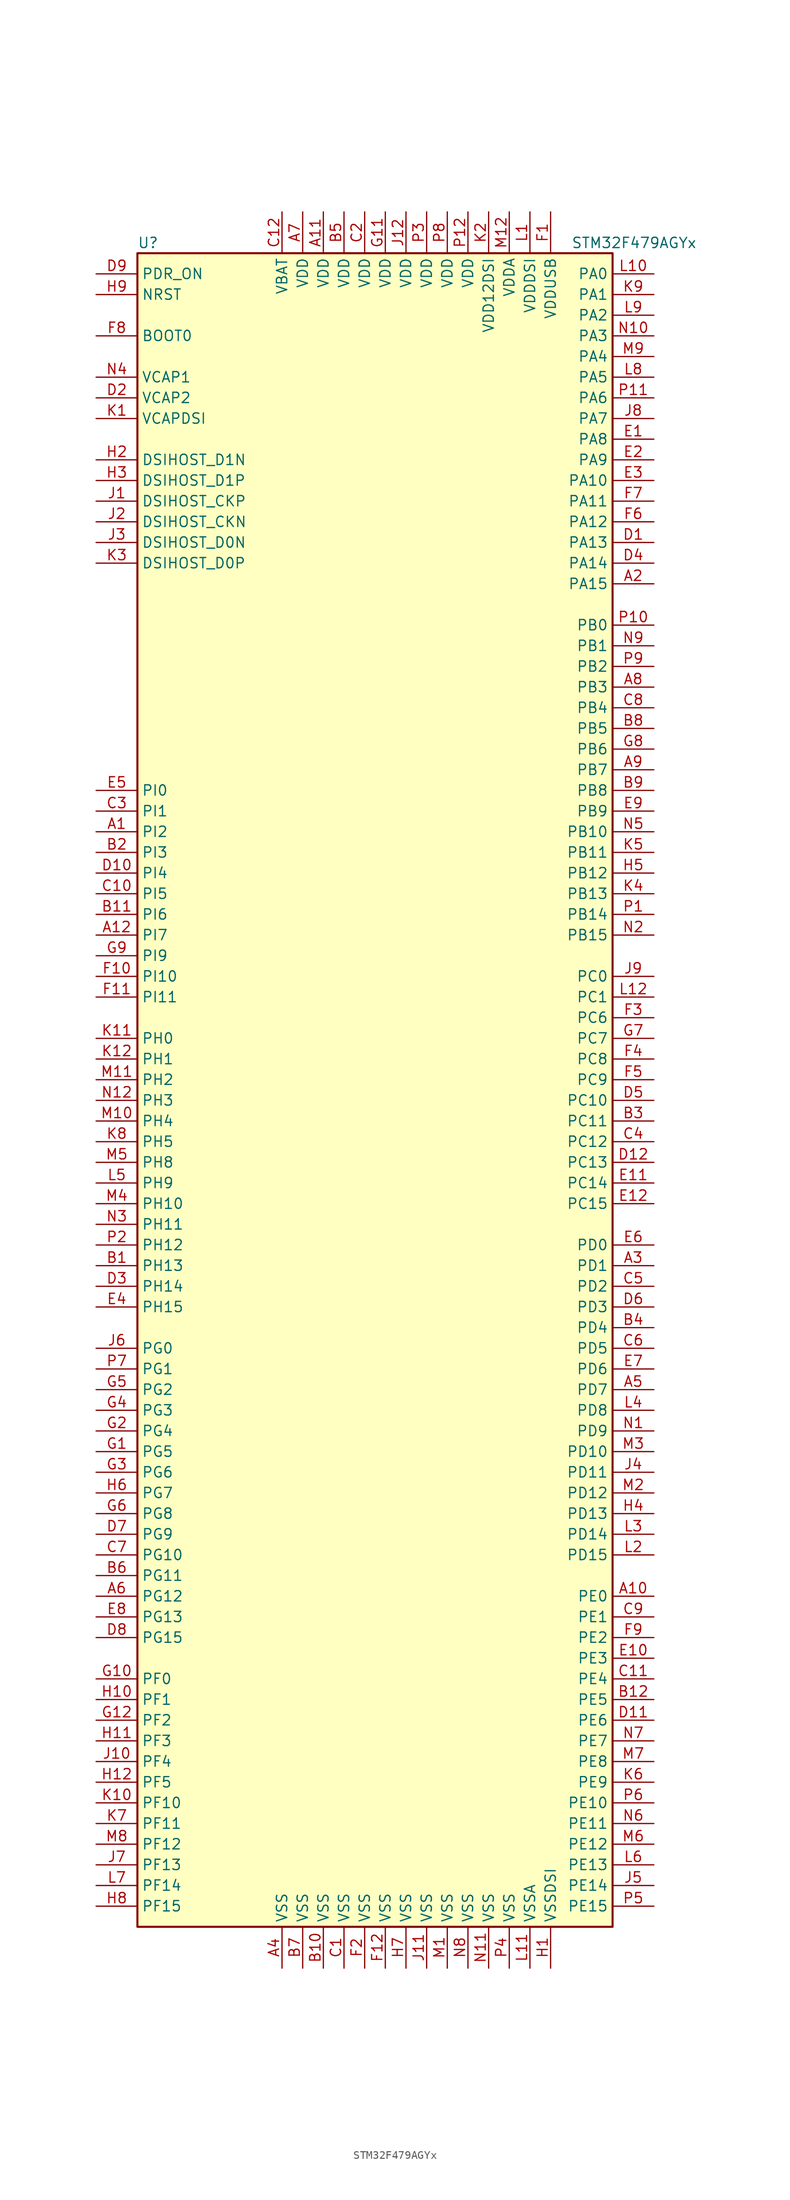
<source format=kicad_sym>
(kicad_symbol_lib
  (version 20211014)
  (generator kicad_symbol_editor)
  (symbol "STM32F479AGYx"
    (property "Reference" "U"
      (at -30.48 102.87 0)
      (effects (font (size 1.27 1.27)) (justify left)))
    (property "Value" "STM32F479AGYx"
      (at 22.86 102.87 0)
      (effects (font (size 1.27 1.27)) (justify left)))
    (symbol "STM32F479AGYx_0_1"
      (rectangle (start -30.48 -104.14) (end 27.94 101.6) (stroke (width 0.254) (type default) (color 0 0 0 0)) (fill (type background))))
    (symbol "STM32F479AGYx_1_1"
      (pin bidirectional line (at -35.56 30.48 0) (length 5.08) (name "PI2" (effects (font (size 1.27 1.27)))) (number "A1" (effects (font (size 1.27 1.27)))))
      (pin bidirectional line (at 33.02 -63.5 180) (length 5.08) (name "PE0" (effects (font (size 1.27 1.27)))) (number "A10" (effects (font (size 1.27 1.27)))))
      (pin power_in line (at -7.62 106.68 270) (length 5.08) (name "VDD" (effects (font (size 1.27 1.27)))) (number "A11" (effects (font (size 1.27 1.27)))))
      (pin bidirectional line (at -35.56 17.78 0) (length 5.08) (name "PI7" (effects (font (size 1.27 1.27)))) (number "A12" (effects (font (size 1.27 1.27)))))
      (pin bidirectional line (at 33.02 60.96 180) (length 5.08) (name "PA15" (effects (font (size 1.27 1.27)))) (number "A2" (effects (font (size 1.27 1.27)))))
      (pin bidirectional line (at 33.02 -22.86 180) (length 5.08) (name "PD1" (effects (font (size 1.27 1.27)))) (number "A3" (effects (font (size 1.27 1.27)))))
      (pin power_in line (at -12.7 -109.22 90) (length 5.08) (name "VSS" (effects (font (size 1.27 1.27)))) (number "A4" (effects (font (size 1.27 1.27)))))
      (pin bidirectional line (at 33.02 -38.1 180) (length 5.08) (name "PD7" (effects (font (size 1.27 1.27)))) (number "A5" (effects (font (size 1.27 1.27)))))
      (pin bidirectional line (at -35.56 -63.5 0) (length 5.08) (name "PG12" (effects (font (size 1.27 1.27)))) (number "A6" (effects (font (size 1.27 1.27)))))
      (pin power_in line (at -10.16 106.68 270) (length 5.08) (name "VDD" (effects (font (size 1.27 1.27)))) (number "A7" (effects (font (size 1.27 1.27)))))
      (pin bidirectional line (at 33.02 48.26 180) (length 5.08) (name "PB3" (effects (font (size 1.27 1.27)))) (number "A8" (effects (font (size 1.27 1.27)))))
      (pin bidirectional line (at 33.02 38.1 180) (length 5.08) (name "PB7" (effects (font (size 1.27 1.27)))) (number "A9" (effects (font (size 1.27 1.27)))))
      (pin bidirectional line (at -35.56 -22.86 0) (length 5.08) (name "PH13" (effects (font (size 1.27 1.27)))) (number "B1" (effects (font (size 1.27 1.27)))))
      (pin power_in line (at -7.62 -109.22 90) (length 5.08) (name "VSS" (effects (font (size 1.27 1.27)))) (number "B10" (effects (font (size 1.27 1.27)))))
      (pin bidirectional line (at -35.56 20.32 0) (length 5.08) (name "PI6" (effects (font (size 1.27 1.27)))) (number "B11" (effects (font (size 1.27 1.27)))))
      (pin bidirectional line (at 33.02 -76.2 180) (length 5.08) (name "PE5" (effects (font (size 1.27 1.27)))) (number "B12" (effects (font (size 1.27 1.27)))))
      (pin bidirectional line (at -35.56 27.94 0) (length 5.08) (name "PI3" (effects (font (size 1.27 1.27)))) (number "B2" (effects (font (size 1.27 1.27)))))
      (pin bidirectional line (at 33.02 -5.08 180) (length 5.08) (name "PC11" (effects (font (size 1.27 1.27)))) (number "B3" (effects (font (size 1.27 1.27)))))
      (pin bidirectional line (at 33.02 -30.48 180) (length 5.08) (name "PD4" (effects (font (size 1.27 1.27)))) (number "B4" (effects (font (size 1.27 1.27)))))
      (pin power_in line (at -5.08 106.68 270) (length 5.08) (name "VDD" (effects (font (size 1.27 1.27)))) (number "B5" (effects (font (size 1.27 1.27)))))
      (pin bidirectional line (at -35.56 -60.96 0) (length 5.08) (name "PG11" (effects (font (size 1.27 1.27)))) (number "B6" (effects (font (size 1.27 1.27)))))
      (pin power_in line (at -10.16 -109.22 90) (length 5.08) (name "VSS" (effects (font (size 1.27 1.27)))) (number "B7" (effects (font (size 1.27 1.27)))))
      (pin bidirectional line (at 33.02 43.18 180) (length 5.08) (name "PB5" (effects (font (size 1.27 1.27)))) (number "B8" (effects (font (size 1.27 1.27)))))
      (pin bidirectional line (at 33.02 35.56 180) (length 5.08) (name "PB8" (effects (font (size 1.27 1.27)))) (number "B9" (effects (font (size 1.27 1.27)))))
      (pin power_in line (at -5.08 -109.22 90) (length 5.08) (name "VSS" (effects (font (size 1.27 1.27)))) (number "C1" (effects (font (size 1.27 1.27)))))
      (pin bidirectional line (at -35.56 22.86 0) (length 5.08) (name "PI5" (effects (font (size 1.27 1.27)))) (number "C10" (effects (font (size 1.27 1.27)))))
      (pin bidirectional line (at 33.02 -73.66 180) (length 5.08) (name "PE4" (effects (font (size 1.27 1.27)))) (number "C11" (effects (font (size 1.27 1.27)))))
      (pin power_in line (at -12.7 106.68 270) (length 5.08) (name "VBAT" (effects (font (size 1.27 1.27)))) (number "C12" (effects (font (size 1.27 1.27)))))
      (pin power_in line (at -2.54 106.68 270) (length 5.08) (name "VDD" (effects (font (size 1.27 1.27)))) (number "C2" (effects (font (size 1.27 1.27)))))
      (pin bidirectional line (at -35.56 33.02 0) (length 5.08) (name "PI1" (effects (font (size 1.27 1.27)))) (number "C3" (effects (font (size 1.27 1.27)))))
      (pin bidirectional line (at 33.02 -7.62 180) (length 5.08) (name "PC12" (effects (font (size 1.27 1.27)))) (number "C4" (effects (font (size 1.27 1.27)))))
      (pin bidirectional line (at 33.02 -25.4 180) (length 5.08) (name "PD2" (effects (font (size 1.27 1.27)))) (number "C5" (effects (font (size 1.27 1.27)))))
      (pin bidirectional line (at 33.02 -33.02 180) (length 5.08) (name "PD5" (effects (font (size 1.27 1.27)))) (number "C6" (effects (font (size 1.27 1.27)))))
      (pin bidirectional line (at -35.56 -58.42 0) (length 5.08) (name "PG10" (effects (font (size 1.27 1.27)))) (number "C7" (effects (font (size 1.27 1.27)))))
      (pin bidirectional line (at 33.02 45.72 180) (length 5.08) (name "PB4" (effects (font (size 1.27 1.27)))) (number "C8" (effects (font (size 1.27 1.27)))))
      (pin bidirectional line (at 33.02 -66.04 180) (length 5.08) (name "PE1" (effects (font (size 1.27 1.27)))) (number "C9" (effects (font (size 1.27 1.27)))))
      (pin bidirectional line (at 33.02 66.04 180) (length 5.08) (name "PA13" (effects (font (size 1.27 1.27)))) (number "D1" (effects (font (size 1.27 1.27)))))
      (pin bidirectional line (at -35.56 25.4 0) (length 5.08) (name "PI4" (effects (font (size 1.27 1.27)))) (number "D10" (effects (font (size 1.27 1.27)))))
      (pin bidirectional line (at 33.02 -78.74 180) (length 5.08) (name "PE6" (effects (font (size 1.27 1.27)))) (number "D11" (effects (font (size 1.27 1.27)))))
      (pin bidirectional line (at 33.02 -10.16 180) (length 5.08) (name "PC13" (effects (font (size 1.27 1.27)))) (number "D12" (effects (font (size 1.27 1.27)))))
      (pin power_in line (at -35.56 83.82 0) (length 5.08) (name "VCAP2" (effects (font (size 1.27 1.27)))) (number "D2" (effects (font (size 1.27 1.27)))))
      (pin bidirectional line (at -35.56 -25.4 0) (length 5.08) (name "PH14" (effects (font (size 1.27 1.27)))) (number "D3" (effects (font (size 1.27 1.27)))))
      (pin bidirectional line (at 33.02 63.5 180) (length 5.08) (name "PA14" (effects (font (size 1.27 1.27)))) (number "D4" (effects (font (size 1.27 1.27)))))
      (pin bidirectional line (at 33.02 -2.54 180) (length 5.08) (name "PC10" (effects (font (size 1.27 1.27)))) (number "D5" (effects (font (size 1.27 1.27)))))
      (pin bidirectional line (at 33.02 -27.94 180) (length 5.08) (name "PD3" (effects (font (size 1.27 1.27)))) (number "D6" (effects (font (size 1.27 1.27)))))
      (pin bidirectional line (at -35.56 -55.88 0) (length 5.08) (name "PG9" (effects (font (size 1.27 1.27)))) (number "D7" (effects (font (size 1.27 1.27)))))
      (pin bidirectional line (at -35.56 -68.58 0) (length 5.08) (name "PG15" (effects (font (size 1.27 1.27)))) (number "D8" (effects (font (size 1.27 1.27)))))
      (pin input line (at -35.56 99.06 0) (length 5.08) (name "PDR_ON" (effects (font (size 1.27 1.27)))) (number "D9" (effects (font (size 1.27 1.27)))))
      (pin bidirectional line (at 33.02 78.74 180) (length 5.08) (name "PA8" (effects (font (size 1.27 1.27)))) (number "E1" (effects (font (size 1.27 1.27)))))
      (pin bidirectional line (at 33.02 -71.12 180) (length 5.08) (name "PE3" (effects (font (size 1.27 1.27)))) (number "E10" (effects (font (size 1.27 1.27)))))
      (pin bidirectional line (at 33.02 -12.7 180) (length 5.08) (name "PC14" (effects (font (size 1.27 1.27)))) (number "E11" (effects (font (size 1.27 1.27)))))
      (pin bidirectional line (at 33.02 -15.24 180) (length 5.08) (name "PC15" (effects (font (size 1.27 1.27)))) (number "E12" (effects (font (size 1.27 1.27)))))
      (pin bidirectional line (at 33.02 76.2 180) (length 5.08) (name "PA9" (effects (font (size 1.27 1.27)))) (number "E2" (effects (font (size 1.27 1.27)))))
      (pin bidirectional line (at 33.02 73.66 180) (length 5.08) (name "PA10" (effects (font (size 1.27 1.27)))) (number "E3" (effects (font (size 1.27 1.27)))))
      (pin bidirectional line (at -35.56 -27.94 0) (length 5.08) (name "PH15" (effects (font (size 1.27 1.27)))) (number "E4" (effects (font (size 1.27 1.27)))))
      (pin bidirectional line (at -35.56 35.56 0) (length 5.08) (name "PI0" (effects (font (size 1.27 1.27)))) (number "E5" (effects (font (size 1.27 1.27)))))
      (pin bidirectional line (at 33.02 -20.32 180) (length 5.08) (name "PD0" (effects (font (size 1.27 1.27)))) (number "E6" (effects (font (size 1.27 1.27)))))
      (pin bidirectional line (at 33.02 -35.56 180) (length 5.08) (name "PD6" (effects (font (size 1.27 1.27)))) (number "E7" (effects (font (size 1.27 1.27)))))
      (pin bidirectional line (at -35.56 -66.04 0) (length 5.08) (name "PG13" (effects (font (size 1.27 1.27)))) (number "E8" (effects (font (size 1.27 1.27)))))
      (pin bidirectional line (at 33.02 33.02 180) (length 5.08) (name "PB9" (effects (font (size 1.27 1.27)))) (number "E9" (effects (font (size 1.27 1.27)))))
      (pin power_in line (at 20.32 106.68 270) (length 5.08) (name "VDDUSB" (effects (font (size 1.27 1.27)))) (number "F1" (effects (font (size 1.27 1.27)))))
      (pin bidirectional line (at -35.56 12.7 0) (length 5.08) (name "PI10" (effects (font (size 1.27 1.27)))) (number "F10" (effects (font (size 1.27 1.27)))))
      (pin bidirectional line (at -35.56 10.16 0) (length 5.08) (name "PI11" (effects (font (size 1.27 1.27)))) (number "F11" (effects (font (size 1.27 1.27)))))
      (pin power_in line (at 0 -109.22 90) (length 5.08) (name "VSS" (effects (font (size 1.27 1.27)))) (number "F12" (effects (font (size 1.27 1.27)))))
      (pin power_in line (at -2.54 -109.22 90) (length 5.08) (name "VSS" (effects (font (size 1.27 1.27)))) (number "F2" (effects (font (size 1.27 1.27)))))
      (pin bidirectional line (at 33.02 7.62 180) (length 5.08) (name "PC6" (effects (font (size 1.27 1.27)))) (number "F3" (effects (font (size 1.27 1.27)))))
      (pin bidirectional line (at 33.02 2.54 180) (length 5.08) (name "PC8" (effects (font (size 1.27 1.27)))) (number "F4" (effects (font (size 1.27 1.27)))))
      (pin bidirectional line (at 33.02 0 180) (length 5.08) (name "PC9" (effects (font (size 1.27 1.27)))) (number "F5" (effects (font (size 1.27 1.27)))))
      (pin bidirectional line (at 33.02 68.58 180) (length 5.08) (name "PA12" (effects (font (size 1.27 1.27)))) (number "F6" (effects (font (size 1.27 1.27)))))
      (pin bidirectional line (at 33.02 71.12 180) (length 5.08) (name "PA11" (effects (font (size 1.27 1.27)))) (number "F7" (effects (font (size 1.27 1.27)))))
      (pin input line (at -35.56 91.44 0) (length 5.08) (name "BOOT0" (effects (font (size 1.27 1.27)))) (number "F8" (effects (font (size 1.27 1.27)))))
      (pin bidirectional line (at 33.02 -68.58 180) (length 5.08) (name "PE2" (effects (font (size 1.27 1.27)))) (number "F9" (effects (font (size 1.27 1.27)))))
      (pin bidirectional line (at -35.56 -45.72 0) (length 5.08) (name "PG5" (effects (font (size 1.27 1.27)))) (number "G1" (effects (font (size 1.27 1.27)))))
      (pin bidirectional line (at -35.56 -73.66 0) (length 5.08) (name "PF0" (effects (font (size 1.27 1.27)))) (number "G10" (effects (font (size 1.27 1.27)))))
      (pin power_in line (at 0 106.68 270) (length 5.08) (name "VDD" (effects (font (size 1.27 1.27)))) (number "G11" (effects (font (size 1.27 1.27)))))
      (pin bidirectional line (at -35.56 -78.74 0) (length 5.08) (name "PF2" (effects (font (size 1.27 1.27)))) (number "G12" (effects (font (size 1.27 1.27)))))
      (pin bidirectional line (at -35.56 -43.18 0) (length 5.08) (name "PG4" (effects (font (size 1.27 1.27)))) (number "G2" (effects (font (size 1.27 1.27)))))
      (pin bidirectional line (at -35.56 -48.26 0) (length 5.08) (name "PG6" (effects (font (size 1.27 1.27)))) (number "G3" (effects (font (size 1.27 1.27)))))
      (pin bidirectional line (at -35.56 -40.64 0) (length 5.08) (name "PG3" (effects (font (size 1.27 1.27)))) (number "G4" (effects (font (size 1.27 1.27)))))
      (pin bidirectional line (at -35.56 -38.1 0) (length 5.08) (name "PG2" (effects (font (size 1.27 1.27)))) (number "G5" (effects (font (size 1.27 1.27)))))
      (pin bidirectional line (at -35.56 -53.34 0) (length 5.08) (name "PG8" (effects (font (size 1.27 1.27)))) (number "G6" (effects (font (size 1.27 1.27)))))
      (pin bidirectional line (at 33.02 5.08 180) (length 5.08) (name "PC7" (effects (font (size 1.27 1.27)))) (number "G7" (effects (font (size 1.27 1.27)))))
      (pin bidirectional line (at 33.02 40.64 180) (length 5.08) (name "PB6" (effects (font (size 1.27 1.27)))) (number "G8" (effects (font (size 1.27 1.27)))))
      (pin bidirectional line (at -35.56 15.24 0) (length 5.08) (name "PI9" (effects (font (size 1.27 1.27)))) (number "G9" (effects (font (size 1.27 1.27)))))
      (pin power_in line (at 20.32 -109.22 90) (length 5.08) (name "VSSDSI" (effects (font (size 1.27 1.27)))) (number "H1" (effects (font (size 1.27 1.27)))))
      (pin bidirectional line (at -35.56 -76.2 0) (length 5.08) (name "PF1" (effects (font (size 1.27 1.27)))) (number "H10" (effects (font (size 1.27 1.27)))))
      (pin bidirectional line (at -35.56 -81.28 0) (length 5.08) (name "PF3" (effects (font (size 1.27 1.27)))) (number "H11" (effects (font (size 1.27 1.27)))))
      (pin bidirectional line (at -35.56 -86.36 0) (length 5.08) (name "PF5" (effects (font (size 1.27 1.27)))) (number "H12" (effects (font (size 1.27 1.27)))))
      (pin bidirectional line (at -35.56 76.2 0) (length 5.08) (name "DSIHOST_D1N" (effects (font (size 1.27 1.27)))) (number "H2" (effects (font (size 1.27 1.27)))))
      (pin bidirectional line (at -35.56 73.66 0) (length 5.08) (name "DSIHOST_D1P" (effects (font (size 1.27 1.27)))) (number "H3" (effects (font (size 1.27 1.27)))))
      (pin bidirectional line (at 33.02 -53.34 180) (length 5.08) (name "PD13" (effects (font (size 1.27 1.27)))) (number "H4" (effects (font (size 1.27 1.27)))))
      (pin bidirectional line (at 33.02 25.4 180) (length 5.08) (name "PB12" (effects (font (size 1.27 1.27)))) (number "H5" (effects (font (size 1.27 1.27)))))
      (pin bidirectional line (at -35.56 -50.8 0) (length 5.08) (name "PG7" (effects (font (size 1.27 1.27)))) (number "H6" (effects (font (size 1.27 1.27)))))
      (pin power_in line (at 2.54 -109.22 90) (length 5.08) (name "VSS" (effects (font (size 1.27 1.27)))) (number "H7" (effects (font (size 1.27 1.27)))))
      (pin bidirectional line (at -35.56 -101.6 0) (length 5.08) (name "PF15" (effects (font (size 1.27 1.27)))) (number "H8" (effects (font (size 1.27 1.27)))))
      (pin input line (at -35.56 96.52 0) (length 5.08) (name "NRST" (effects (font (size 1.27 1.27)))) (number "H9" (effects (font (size 1.27 1.27)))))
      (pin bidirectional line (at -35.56 71.12 0) (length 5.08) (name "DSIHOST_CKP" (effects (font (size 1.27 1.27)))) (number "J1" (effects (font (size 1.27 1.27)))))
      (pin bidirectional line (at -35.56 -83.82 0) (length 5.08) (name "PF4" (effects (font (size 1.27 1.27)))) (number "J10" (effects (font (size 1.27 1.27)))))
      (pin power_in line (at 5.08 -109.22 90) (length 5.08) (name "VSS" (effects (font (size 1.27 1.27)))) (number "J11" (effects (font (size 1.27 1.27)))))
      (pin power_in line (at 2.54 106.68 270) (length 5.08) (name "VDD" (effects (font (size 1.27 1.27)))) (number "J12" (effects (font (size 1.27 1.27)))))
      (pin bidirectional line (at -35.56 68.58 0) (length 5.08) (name "DSIHOST_CKN" (effects (font (size 1.27 1.27)))) (number "J2" (effects (font (size 1.27 1.27)))))
      (pin bidirectional line (at -35.56 66.04 0) (length 5.08) (name "DSIHOST_D0N" (effects (font (size 1.27 1.27)))) (number "J3" (effects (font (size 1.27 1.27)))))
      (pin bidirectional line (at 33.02 -48.26 180) (length 5.08) (name "PD11" (effects (font (size 1.27 1.27)))) (number "J4" (effects (font (size 1.27 1.27)))))
      (pin bidirectional line (at 33.02 -99.06 180) (length 5.08) (name "PE14" (effects (font (size 1.27 1.27)))) (number "J5" (effects (font (size 1.27 1.27)))))
      (pin bidirectional line (at -35.56 -33.02 0) (length 5.08) (name "PG0" (effects (font (size 1.27 1.27)))) (number "J6" (effects (font (size 1.27 1.27)))))
      (pin bidirectional line (at -35.56 -96.52 0) (length 5.08) (name "PF13" (effects (font (size 1.27 1.27)))) (number "J7" (effects (font (size 1.27 1.27)))))
      (pin bidirectional line (at 33.02 81.28 180) (length 5.08) (name "PA7" (effects (font (size 1.27 1.27)))) (number "J8" (effects (font (size 1.27 1.27)))))
      (pin bidirectional line (at 33.02 12.7 180) (length 5.08) (name "PC0" (effects (font (size 1.27 1.27)))) (number "J9" (effects (font (size 1.27 1.27)))))
      (pin power_in line (at -35.56 81.28 0) (length 5.08) (name "VCAPDSI" (effects (font (size 1.27 1.27)))) (number "K1" (effects (font (size 1.27 1.27)))))
      (pin bidirectional line (at -35.56 -88.9 0) (length 5.08) (name "PF10" (effects (font (size 1.27 1.27)))) (number "K10" (effects (font (size 1.27 1.27)))))
      (pin input line (at -35.56 5.08 0) (length 5.08) (name "PH0" (effects (font (size 1.27 1.27)))) (number "K11" (effects (font (size 1.27 1.27)))))
      (pin input line (at -35.56 2.54 0) (length 5.08) (name "PH1" (effects (font (size 1.27 1.27)))) (number "K12" (effects (font (size 1.27 1.27)))))
      (pin power_in line (at 12.7 106.68 270) (length 5.08) (name "VDD12DSI" (effects (font (size 1.27 1.27)))) (number "K2" (effects (font (size 1.27 1.27)))))
      (pin bidirectional line (at -35.56 63.5 0) (length 5.08) (name "DSIHOST_D0P" (effects (font (size 1.27 1.27)))) (number "K3" (effects (font (size 1.27 1.27)))))
      (pin bidirectional line (at 33.02 22.86 180) (length 5.08) (name "PB13" (effects (font (size 1.27 1.27)))) (number "K4" (effects (font (size 1.27 1.27)))))
      (pin bidirectional line (at 33.02 27.94 180) (length 5.08) (name "PB11" (effects (font (size 1.27 1.27)))) (number "K5" (effects (font (size 1.27 1.27)))))
      (pin bidirectional line (at 33.02 -86.36 180) (length 5.08) (name "PE9" (effects (font (size 1.27 1.27)))) (number "K6" (effects (font (size 1.27 1.27)))))
      (pin bidirectional line (at -35.56 -91.44 0) (length 5.08) (name "PF11" (effects (font (size 1.27 1.27)))) (number "K7" (effects (font (size 1.27 1.27)))))
      (pin bidirectional line (at -35.56 -7.62 0) (length 5.08) (name "PH5" (effects (font (size 1.27 1.27)))) (number "K8" (effects (font (size 1.27 1.27)))))
      (pin bidirectional line (at 33.02 96.52 180) (length 5.08) (name "PA1" (effects (font (size 1.27 1.27)))) (number "K9" (effects (font (size 1.27 1.27)))))
      (pin power_in line (at 17.78 106.68 270) (length 5.08) (name "VDDDSI" (effects (font (size 1.27 1.27)))) (number "L1" (effects (font (size 1.27 1.27)))))
      (pin bidirectional line (at 33.02 99.06 180) (length 5.08) (name "PA0" (effects (font (size 1.27 1.27)))) (number "L10" (effects (font (size 1.27 1.27)))))
      (pin power_in line (at 17.78 -109.22 90) (length 5.08) (name "VSSA" (effects (font (size 1.27 1.27)))) (number "L11" (effects (font (size 1.27 1.27)))))
      (pin bidirectional line (at 33.02 10.16 180) (length 5.08) (name "PC1" (effects (font (size 1.27 1.27)))) (number "L12" (effects (font (size 1.27 1.27)))))
      (pin bidirectional line (at 33.02 -58.42 180) (length 5.08) (name "PD15" (effects (font (size 1.27 1.27)))) (number "L2" (effects (font (size 1.27 1.27)))))
      (pin bidirectional line (at 33.02 -55.88 180) (length 5.08) (name "PD14" (effects (font (size 1.27 1.27)))) (number "L3" (effects (font (size 1.27 1.27)))))
      (pin bidirectional line (at 33.02 -40.64 180) (length 5.08) (name "PD8" (effects (font (size 1.27 1.27)))) (number "L4" (effects (font (size 1.27 1.27)))))
      (pin bidirectional line (at -35.56 -12.7 0) (length 5.08) (name "PH9" (effects (font (size 1.27 1.27)))) (number "L5" (effects (font (size 1.27 1.27)))))
      (pin bidirectional line (at 33.02 -96.52 180) (length 5.08) (name "PE13" (effects (font (size 1.27 1.27)))) (number "L6" (effects (font (size 1.27 1.27)))))
      (pin bidirectional line (at -35.56 -99.06 0) (length 5.08) (name "PF14" (effects (font (size 1.27 1.27)))) (number "L7" (effects (font (size 1.27 1.27)))))
      (pin bidirectional line (at 33.02 86.36 180) (length 5.08) (name "PA5" (effects (font (size 1.27 1.27)))) (number "L8" (effects (font (size 1.27 1.27)))))
      (pin bidirectional line (at 33.02 93.98 180) (length 5.08) (name "PA2" (effects (font (size 1.27 1.27)))) (number "L9" (effects (font (size 1.27 1.27)))))
      (pin power_in line (at 7.62 -109.22 90) (length 5.08) (name "VSS" (effects (font (size 1.27 1.27)))) (number "M1" (effects (font (size 1.27 1.27)))))
      (pin bidirectional line (at -35.56 -5.08 0) (length 5.08) (name "PH4" (effects (font (size 1.27 1.27)))) (number "M10" (effects (font (size 1.27 1.27)))))
      (pin bidirectional line (at -35.56 0 0) (length 5.08) (name "PH2" (effects (font (size 1.27 1.27)))) (number "M11" (effects (font (size 1.27 1.27)))))
      (pin power_in line (at 15.24 106.68 270) (length 5.08) (name "VDDA" (effects (font (size 1.27 1.27)))) (number "M12" (effects (font (size 1.27 1.27)))))
      (pin bidirectional line (at 33.02 -50.8 180) (length 5.08) (name "PD12" (effects (font (size 1.27 1.27)))) (number "M2" (effects (font (size 1.27 1.27)))))
      (pin bidirectional line (at 33.02 -45.72 180) (length 5.08) (name "PD10" (effects (font (size 1.27 1.27)))) (number "M3" (effects (font (size 1.27 1.27)))))
      (pin bidirectional line (at -35.56 -15.24 0) (length 5.08) (name "PH10" (effects (font (size 1.27 1.27)))) (number "M4" (effects (font (size 1.27 1.27)))))
      (pin bidirectional line (at -35.56 -10.16 0) (length 5.08) (name "PH8" (effects (font (size 1.27 1.27)))) (number "M5" (effects (font (size 1.27 1.27)))))
      (pin bidirectional line (at 33.02 -93.98 180) (length 5.08) (name "PE12" (effects (font (size 1.27 1.27)))) (number "M6" (effects (font (size 1.27 1.27)))))
      (pin bidirectional line (at 33.02 -83.82 180) (length 5.08) (name "PE8" (effects (font (size 1.27 1.27)))) (number "M7" (effects (font (size 1.27 1.27)))))
      (pin bidirectional line (at -35.56 -93.98 0) (length 5.08) (name "PF12" (effects (font (size 1.27 1.27)))) (number "M8" (effects (font (size 1.27 1.27)))))
      (pin bidirectional line (at 33.02 88.9 180) (length 5.08) (name "PA4" (effects (font (size 1.27 1.27)))) (number "M9" (effects (font (size 1.27 1.27)))))
      (pin bidirectional line (at 33.02 -43.18 180) (length 5.08) (name "PD9" (effects (font (size 1.27 1.27)))) (number "N1" (effects (font (size 1.27 1.27)))))
      (pin bidirectional line (at 33.02 91.44 180) (length 5.08) (name "PA3" (effects (font (size 1.27 1.27)))) (number "N10" (effects (font (size 1.27 1.27)))))
      (pin power_in line (at 12.7 -109.22 90) (length 5.08) (name "VSS" (effects (font (size 1.27 1.27)))) (number "N11" (effects (font (size 1.27 1.27)))))
      (pin bidirectional line (at -35.56 -2.54 0) (length 5.08) (name "PH3" (effects (font (size 1.27 1.27)))) (number "N12" (effects (font (size 1.27 1.27)))))
      (pin bidirectional line (at 33.02 17.78 180) (length 5.08) (name "PB15" (effects (font (size 1.27 1.27)))) (number "N2" (effects (font (size 1.27 1.27)))))
      (pin bidirectional line (at -35.56 -17.78 0) (length 5.08) (name "PH11" (effects (font (size 1.27 1.27)))) (number "N3" (effects (font (size 1.27 1.27)))))
      (pin power_in line (at -35.56 86.36 0) (length 5.08) (name "VCAP1" (effects (font (size 1.27 1.27)))) (number "N4" (effects (font (size 1.27 1.27)))))
      (pin bidirectional line (at 33.02 30.48 180) (length 5.08) (name "PB10" (effects (font (size 1.27 1.27)))) (number "N5" (effects (font (size 1.27 1.27)))))
      (pin bidirectional line (at 33.02 -91.44 180) (length 5.08) (name "PE11" (effects (font (size 1.27 1.27)))) (number "N6" (effects (font (size 1.27 1.27)))))
      (pin bidirectional line (at 33.02 -81.28 180) (length 5.08) (name "PE7" (effects (font (size 1.27 1.27)))) (number "N7" (effects (font (size 1.27 1.27)))))
      (pin power_in line (at 10.16 -109.22 90) (length 5.08) (name "VSS" (effects (font (size 1.27 1.27)))) (number "N8" (effects (font (size 1.27 1.27)))))
      (pin bidirectional line (at 33.02 53.34 180) (length 5.08) (name "PB1" (effects (font (size 1.27 1.27)))) (number "N9" (effects (font (size 1.27 1.27)))))
      (pin bidirectional line (at 33.02 20.32 180) (length 5.08) (name "PB14" (effects (font (size 1.27 1.27)))) (number "P1" (effects (font (size 1.27 1.27)))))
      (pin bidirectional line (at 33.02 55.88 180) (length 5.08) (name "PB0" (effects (font (size 1.27 1.27)))) (number "P10" (effects (font (size 1.27 1.27)))))
      (pin bidirectional line (at 33.02 83.82 180) (length 5.08) (name "PA6" (effects (font (size 1.27 1.27)))) (number "P11" (effects (font (size 1.27 1.27)))))
      (pin power_in line (at 10.16 106.68 270) (length 5.08) (name "VDD" (effects (font (size 1.27 1.27)))) (number "P12" (effects (font (size 1.27 1.27)))))
      (pin bidirectional line (at -35.56 -20.32 0) (length 5.08) (name "PH12" (effects (font (size 1.27 1.27)))) (number "P2" (effects (font (size 1.27 1.27)))))
      (pin power_in line (at 5.08 106.68 270) (length 5.08) (name "VDD" (effects (font (size 1.27 1.27)))) (number "P3" (effects (font (size 1.27 1.27)))))
      (pin power_in line (at 15.24 -109.22 90) (length 5.08) (name "VSS" (effects (font (size 1.27 1.27)))) (number "P4" (effects (font (size 1.27 1.27)))))
      (pin bidirectional line (at 33.02 -101.6 180) (length 5.08) (name "PE15" (effects (font (size 1.27 1.27)))) (number "P5" (effects (font (size 1.27 1.27)))))
      (pin bidirectional line (at 33.02 -88.9 180) (length 5.08) (name "PE10" (effects (font (size 1.27 1.27)))) (number "P6" (effects (font (size 1.27 1.27)))))
      (pin bidirectional line (at -35.56 -35.56 0) (length 5.08) (name "PG1" (effects (font (size 1.27 1.27)))) (number "P7" (effects (font (size 1.27 1.27)))))
      (pin power_in line (at 7.62 106.68 270) (length 5.08) (name "VDD" (effects (font (size 1.27 1.27)))) (number "P8" (effects (font (size 1.27 1.27)))))
      (pin bidirectional line (at 33.02 50.8 180) (length 5.08) (name "PB2" (effects (font (size 1.27 1.27)))) (number "P9" (effects (font (size 1.27 1.27))))))))
</source>
